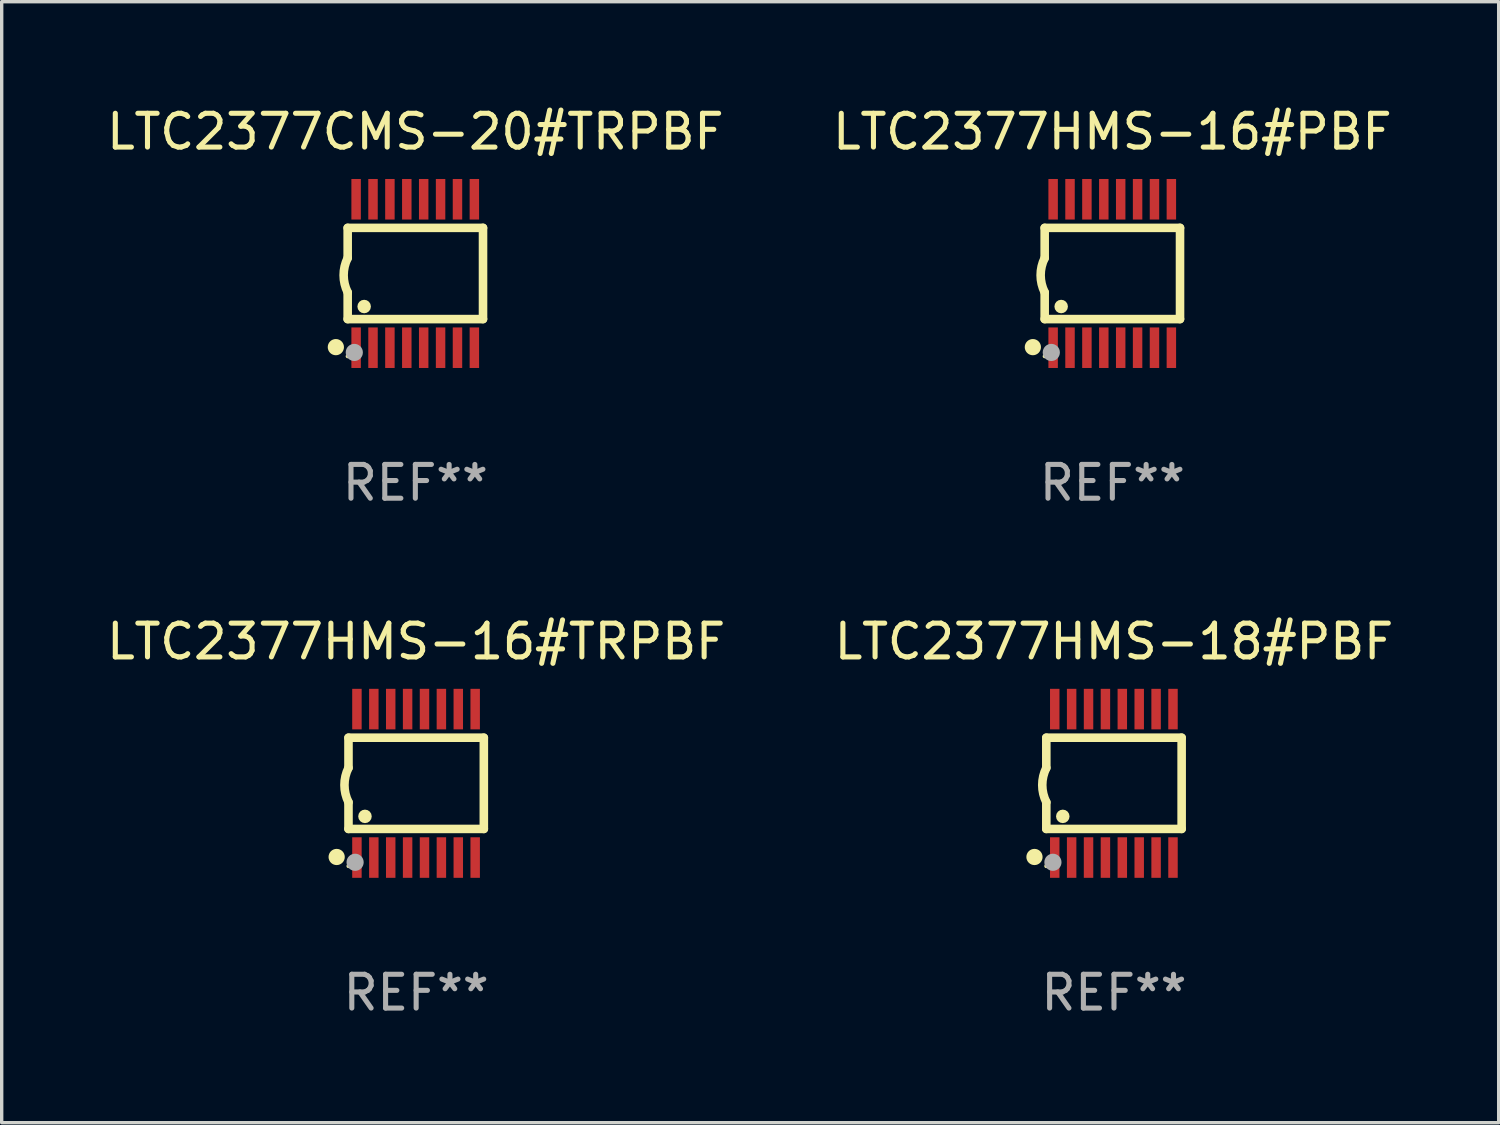
<source format=kicad_pcb>
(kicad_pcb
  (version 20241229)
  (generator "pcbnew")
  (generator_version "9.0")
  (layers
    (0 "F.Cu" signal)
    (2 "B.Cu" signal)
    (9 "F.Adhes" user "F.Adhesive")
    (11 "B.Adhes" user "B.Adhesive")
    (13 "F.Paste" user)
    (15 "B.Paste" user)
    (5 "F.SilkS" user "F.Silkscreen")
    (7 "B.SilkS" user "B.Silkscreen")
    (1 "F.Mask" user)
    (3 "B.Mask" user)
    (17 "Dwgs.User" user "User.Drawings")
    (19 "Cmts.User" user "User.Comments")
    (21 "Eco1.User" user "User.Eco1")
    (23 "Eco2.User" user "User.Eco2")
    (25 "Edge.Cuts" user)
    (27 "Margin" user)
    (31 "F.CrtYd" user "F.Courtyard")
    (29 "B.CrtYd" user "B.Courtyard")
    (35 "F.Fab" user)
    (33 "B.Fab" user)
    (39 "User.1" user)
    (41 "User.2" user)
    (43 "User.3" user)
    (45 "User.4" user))
  (footprint "LTC2377HMS-16#TRPBF"
    (layer "F.Cu")
    (at 9.268 20.136)
    (property "Reference" "LTC2377HMS-16#TRPBF" (at 0 -4.197 0) (layer "F.SilkS") (effects (font (size 1 1) (thickness 0.15))))
    (attr through_hole)
    (fp_line (start -2.003 -1.35) (end -2.003 -0.457) (stroke (width 0.254) (type solid)) (layer "F.SilkS"))
    (fp_line (start -2.003 -1.35) (end 2.003 -1.35) (stroke (width 0.254) (type solid)) (layer "F.SilkS"))
    (fp_line (start -2.003 1.35) (end -2.003 0.559) (stroke (width 0.254) (type solid)) (layer "F.SilkS"))
    (fp_line (start -2.003 1.35) (end 2.003 1.35) (stroke (width 0.254) (type solid)) (layer "F.SilkS"))
    (fp_line (start 2.003 -1.35) (end 2.003 1.35) (stroke (width 0.254) (type solid)) (layer "F.SilkS"))
    (fp_arc (start -2.002286 0.558802) (mid -2.122556 0.05092) (end -2.003302 -0.457201) (stroke (width 0.254001) (type solid)) (layer "F.SilkS"))
    (fp_circle (center -2.353 2.18) (end -2.233 2.18) (stroke (width 0.24) (type solid)) (fill no) (layer "F.SilkS"))
    (fp_circle (center -2.003 2.45) (end -1.973 2.45) (stroke (width 0.06) (type solid)) (fill no) (layer "F.SilkS"))
    (fp_circle (center -1.515 0.978) (end -1.415 0.978) (stroke (width 0.2) (type solid)) (fill no) (layer "F.SilkS"))
    (fp_circle (center -1.807 2.337) (end -1.68 2.337) (stroke (width 0.254) (type solid)) (fill no) (layer "F.Fab"))
    (fp_text user "REF**" (at 0 6.197 0) (layer "F.Fab") (effects (font (size 1 1) (thickness 0.15))))
    (pad "1" smd rect (at -1.753 2.197 90) (size 1.2 0.28) (layers "F.Cu" "F.Mask" "F.Paste"))
    (pad "2" smd rect (at -1.253 2.197 90) (size 1.2 0.28) (layers "F.Cu" "F.Mask" "F.Paste"))
    (pad "3" smd rect (at -0.753 2.197 90) (size 1.2 0.28) (layers "F.Cu" "F.Mask" "F.Paste"))
    (pad "4" smd rect (at -0.253 2.197 90) (size 1.2 0.28) (layers "F.Cu" "F.Mask" "F.Paste"))
    (pad "5" smd rect (at 0.247 2.197 90) (size 1.2 0.28) (layers "F.Cu" "F.Mask" "F.Paste"))
    (pad "6" smd rect (at 0.747 2.197 90) (size 1.2 0.28) (layers "F.Cu" "F.Mask" "F.Paste"))
    (pad "7" smd rect (at 1.247 2.197 90) (size 1.2 0.28) (layers "F.Cu" "F.Mask" "F.Paste"))
    (pad "8" smd rect (at 1.747 2.197 90) (size 1.2 0.28) (layers "F.Cu" "F.Mask" "F.Paste"))
    (pad "9" smd rect (at 1.747 -2.197 90) (size 1.2 0.28) (layers "F.Cu" "F.Mask" "F.Paste"))
    (pad "10" smd rect (at 1.247 -2.197 90) (size 1.2 0.28) (layers "F.Cu" "F.Mask" "F.Paste"))
    (pad "11" smd rect (at 0.747 -2.197 90) (size 1.2 0.28) (layers "F.Cu" "F.Mask" "F.Paste"))
    (pad "12" smd rect (at 0.247 -2.197 90) (size 1.2 0.28) (layers "F.Cu" "F.Mask" "F.Paste"))
    (pad "13" smd rect (at -0.253 -2.197 90) (size 1.2 0.28) (layers "F.Cu" "F.Mask" "F.Paste"))
    (pad "14" smd rect (at -0.753 -2.197 90) (size 1.2 0.28) (layers "F.Cu" "F.Mask" "F.Paste"))
    (pad "15" smd rect (at -1.253 -2.197 90) (size 1.2 0.28) (layers "F.Cu" "F.Mask" "F.Paste"))
    (pad "16" smd rect (at -1.753 -2.197 90) (size 1.2 0.28) (layers "F.Cu" "F.Mask" "F.Paste")))
  (footprint "LTC2377HMS-16#PBF"
    (layer "F.Cu")
    (at 29.875 5.045)
    (property "Reference" "LTC2377HMS-16#PBF" (at 0 -4.197 0) (layer "F.SilkS") (effects (font (size 1 1) (thickness 0.15))))
    (attr through_hole)
    (fp_line (start -2.003 -1.35) (end -2.003 -0.457) (stroke (width 0.254) (type solid)) (layer "F.SilkS"))
    (fp_line (start -2.003 -1.35) (end 2.003 -1.35) (stroke (width 0.254) (type solid)) (layer "F.SilkS"))
    (fp_line (start -2.003 1.35) (end -2.003 0.559) (stroke (width 0.254) (type solid)) (layer "F.SilkS"))
    (fp_line (start -2.003 1.35) (end 2.003 1.35) (stroke (width 0.254) (type solid)) (layer "F.SilkS"))
    (fp_line (start 2.003 -1.35) (end 2.003 1.35) (stroke (width 0.254) (type solid)) (layer "F.SilkS"))
    (fp_arc (start -2.002286 0.558802) (mid -2.122556 0.05092) (end -2.003302 -0.457201) (stroke (width 0.254001) (type solid)) (layer "F.SilkS"))
    (fp_circle (center -2.353 2.18) (end -2.233 2.18) (stroke (width 0.24) (type solid)) (fill no) (layer "F.SilkS"))
    (fp_circle (center -2.003 2.45) (end -1.973 2.45) (stroke (width 0.06) (type solid)) (fill no) (layer "F.SilkS"))
    (fp_circle (center -1.515 0.978) (end -1.415 0.978) (stroke (width 0.2) (type solid)) (fill no) (layer "F.SilkS"))
    (fp_circle (center -1.807 2.337) (end -1.68 2.337) (stroke (width 0.254) (type solid)) (fill no) (layer "F.Fab"))
    (fp_text user "REF**" (at 0 6.197 0) (layer "F.Fab") (effects (font (size 1 1) (thickness 0.15))))
    (pad "1" smd rect (at -1.753 2.197 90) (size 1.2 0.28) (layers "F.Cu" "F.Mask" "F.Paste"))
    (pad "2" smd rect (at -1.253 2.197 90) (size 1.2 0.28) (layers "F.Cu" "F.Mask" "F.Paste"))
    (pad "3" smd rect (at -0.753 2.197 90) (size 1.2 0.28) (layers "F.Cu" "F.Mask" "F.Paste"))
    (pad "4" smd rect (at -0.253 2.197 90) (size 1.2 0.28) (layers "F.Cu" "F.Mask" "F.Paste"))
    (pad "5" smd rect (at 0.247 2.197 90) (size 1.2 0.28) (layers "F.Cu" "F.Mask" "F.Paste"))
    (pad "6" smd rect (at 0.747 2.197 90) (size 1.2 0.28) (layers "F.Cu" "F.Mask" "F.Paste"))
    (pad "7" smd rect (at 1.247 2.197 90) (size 1.2 0.28) (layers "F.Cu" "F.Mask" "F.Paste"))
    (pad "8" smd rect (at 1.747 2.197 90) (size 1.2 0.28) (layers "F.Cu" "F.Mask" "F.Paste"))
    (pad "9" smd rect (at 1.747 -2.197 90) (size 1.2 0.28) (layers "F.Cu" "F.Mask" "F.Paste"))
    (pad "10" smd rect (at 1.247 -2.197 90) (size 1.2 0.28) (layers "F.Cu" "F.Mask" "F.Paste"))
    (pad "11" smd rect (at 0.747 -2.197 90) (size 1.2 0.28) (layers "F.Cu" "F.Mask" "F.Paste"))
    (pad "12" smd rect (at 0.247 -2.197 90) (size 1.2 0.28) (layers "F.Cu" "F.Mask" "F.Paste"))
    (pad "13" smd rect (at -0.253 -2.197 90) (size 1.2 0.28) (layers "F.Cu" "F.Mask" "F.Paste"))
    (pad "14" smd rect (at -0.753 -2.197 90) (size 1.2 0.28) (layers "F.Cu" "F.Mask" "F.Paste"))
    (pad "15" smd rect (at -1.253 -2.197 90) (size 1.2 0.28) (layers "F.Cu" "F.Mask" "F.Paste"))
    (pad "16" smd rect (at -1.753 -2.197 90) (size 1.2 0.28) (layers "F.Cu" "F.Mask" "F.Paste")))
  (footprint "LTC2377CMS-20#TRPBF"
    (layer "F.Cu")
    (at 9.244 5.045)
    (property "Reference" "LTC2377CMS-20#TRPBF" (at 0 -4.197 0) (layer "F.SilkS") (effects (font (size 1 1) (thickness 0.15))))
    (attr through_hole)
    (fp_line (start -2.003 -1.35) (end -2.003 -0.457) (stroke (width 0.254) (type solid)) (layer "F.SilkS"))
    (fp_line (start -2.003 -1.35) (end 2.003 -1.35) (stroke (width 0.254) (type solid)) (layer "F.SilkS"))
    (fp_line (start -2.003 1.35) (end -2.003 0.559) (stroke (width 0.254) (type solid)) (layer "F.SilkS"))
    (fp_line (start -2.003 1.35) (end 2.003 1.35) (stroke (width 0.254) (type solid)) (layer "F.SilkS"))
    (fp_line (start 2.003 -1.35) (end 2.003 1.35) (stroke (width 0.254) (type solid)) (layer "F.SilkS"))
    (fp_arc (start -2.002286 0.558802) (mid -2.122556 0.05092) (end -2.003302 -0.457201) (stroke (width 0.254001) (type solid)) (layer "F.SilkS"))
    (fp_circle (center -2.353 2.18) (end -2.233 2.18) (stroke (width 0.24) (type solid)) (fill no) (layer "F.SilkS"))
    (fp_circle (center -2.003 2.45) (end -1.973 2.45) (stroke (width 0.06) (type solid)) (fill no) (layer "F.SilkS"))
    (fp_circle (center -1.515 0.978) (end -1.415 0.978) (stroke (width 0.2) (type solid)) (fill no) (layer "F.SilkS"))
    (fp_circle (center -1.807 2.337) (end -1.68 2.337) (stroke (width 0.254) (type solid)) (fill no) (layer "F.Fab"))
    (fp_text user "REF**" (at 0 6.197 0) (layer "F.Fab") (effects (font (size 1 1) (thickness 0.15))))
    (pad "1" smd rect (at -1.753 2.197 90) (size 1.2 0.28) (layers "F.Cu" "F.Mask" "F.Paste"))
    (pad "2" smd rect (at -1.253 2.197 90) (size 1.2 0.28) (layers "F.Cu" "F.Mask" "F.Paste"))
    (pad "3" smd rect (at -0.753 2.197 90) (size 1.2 0.28) (layers "F.Cu" "F.Mask" "F.Paste"))
    (pad "4" smd rect (at -0.253 2.197 90) (size 1.2 0.28) (layers "F.Cu" "F.Mask" "F.Paste"))
    (pad "5" smd rect (at 0.247 2.197 90) (size 1.2 0.28) (layers "F.Cu" "F.Mask" "F.Paste"))
    (pad "6" smd rect (at 0.747 2.197 90) (size 1.2 0.28) (layers "F.Cu" "F.Mask" "F.Paste"))
    (pad "7" smd rect (at 1.247 2.197 90) (size 1.2 0.28) (layers "F.Cu" "F.Mask" "F.Paste"))
    (pad "8" smd rect (at 1.747 2.197 90) (size 1.2 0.28) (layers "F.Cu" "F.Mask" "F.Paste"))
    (pad "9" smd rect (at 1.747 -2.197 90) (size 1.2 0.28) (layers "F.Cu" "F.Mask" "F.Paste"))
    (pad "10" smd rect (at 1.247 -2.197 90) (size 1.2 0.28) (layers "F.Cu" "F.Mask" "F.Paste"))
    (pad "11" smd rect (at 0.747 -2.197 90) (size 1.2 0.28) (layers "F.Cu" "F.Mask" "F.Paste"))
    (pad "12" smd rect (at 0.247 -2.197 90) (size 1.2 0.28) (layers "F.Cu" "F.Mask" "F.Paste"))
    (pad "13" smd rect (at -0.253 -2.197 90) (size 1.2 0.28) (layers "F.Cu" "F.Mask" "F.Paste"))
    (pad "14" smd rect (at -0.753 -2.197 90) (size 1.2 0.28) (layers "F.Cu" "F.Mask" "F.Paste"))
    (pad "15" smd rect (at -1.253 -2.197 90) (size 1.2 0.28) (layers "F.Cu" "F.Mask" "F.Paste"))
    (pad "16" smd rect (at -1.753 -2.197 90) (size 1.2 0.28) (layers "F.Cu" "F.Mask" "F.Paste")))
  (footprint "LTC2377HMS-18#PBF"
    (layer "F.Cu")
    (at 29.923 20.136)
    (property "Reference" "LTC2377HMS-18#PBF" (at 0 -4.197 0) (layer "F.SilkS") (effects (font (size 1 1) (thickness 0.15))))
    (attr through_hole)
    (fp_line (start -2.003 -1.35) (end -2.003 -0.457) (stroke (width 0.254) (type solid)) (layer "F.SilkS"))
    (fp_line (start -2.003 -1.35) (end 2.003 -1.35) (stroke (width 0.254) (type solid)) (layer "F.SilkS"))
    (fp_line (start -2.003 1.35) (end -2.003 0.559) (stroke (width 0.254) (type solid)) (layer "F.SilkS"))
    (fp_line (start -2.003 1.35) (end 2.003 1.35) (stroke (width 0.254) (type solid)) (layer "F.SilkS"))
    (fp_line (start 2.003 -1.35) (end 2.003 1.35) (stroke (width 0.254) (type solid)) (layer "F.SilkS"))
    (fp_arc (start -2.002286 0.558802) (mid -2.122556 0.05092) (end -2.003302 -0.457201) (stroke (width 0.254001) (type solid)) (layer "F.SilkS"))
    (fp_circle (center -2.353 2.18) (end -2.233 2.18) (stroke (width 0.24) (type solid)) (fill no) (layer "F.SilkS"))
    (fp_circle (center -2.003 2.45) (end -1.973 2.45) (stroke (width 0.06) (type solid)) (fill no) (layer "F.SilkS"))
    (fp_circle (center -1.515 0.978) (end -1.415 0.978) (stroke (width 0.2) (type solid)) (fill no) (layer "F.SilkS"))
    (fp_circle (center -1.807 2.337) (end -1.68 2.337) (stroke (width 0.254) (type solid)) (fill no) (layer "F.Fab"))
    (fp_text user "REF**" (at 0 6.197 0) (layer "F.Fab") (effects (font (size 1 1) (thickness 0.15))))
    (pad "1" smd rect (at -1.753 2.197 90) (size 1.2 0.28) (layers "F.Cu" "F.Mask" "F.Paste"))
    (pad "2" smd rect (at -1.253 2.197 90) (size 1.2 0.28) (layers "F.Cu" "F.Mask" "F.Paste"))
    (pad "3" smd rect (at -0.753 2.197 90) (size 1.2 0.28) (layers "F.Cu" "F.Mask" "F.Paste"))
    (pad "4" smd rect (at -0.253 2.197 90) (size 1.2 0.28) (layers "F.Cu" "F.Mask" "F.Paste"))
    (pad "5" smd rect (at 0.247 2.197 90) (size 1.2 0.28) (layers "F.Cu" "F.Mask" "F.Paste"))
    (pad "6" smd rect (at 0.747 2.197 90) (size 1.2 0.28) (layers "F.Cu" "F.Mask" "F.Paste"))
    (pad "7" smd rect (at 1.247 2.197 90) (size 1.2 0.28) (layers "F.Cu" "F.Mask" "F.Paste"))
    (pad "8" smd rect (at 1.747 2.197 90) (size 1.2 0.28) (layers "F.Cu" "F.Mask" "F.Paste"))
    (pad "9" smd rect (at 1.747 -2.197 90) (size 1.2 0.28) (layers "F.Cu" "F.Mask" "F.Paste"))
    (pad "10" smd rect (at 1.247 -2.197 90) (size 1.2 0.28) (layers "F.Cu" "F.Mask" "F.Paste"))
    (pad "11" smd rect (at 0.747 -2.197 90) (size 1.2 0.28) (layers "F.Cu" "F.Mask" "F.Paste"))
    (pad "12" smd rect (at 0.247 -2.197 90) (size 1.2 0.28) (layers "F.Cu" "F.Mask" "F.Paste"))
    (pad "13" smd rect (at -0.253 -2.197 90) (size 1.2 0.28) (layers "F.Cu" "F.Mask" "F.Paste"))
    (pad "14" smd rect (at -0.753 -2.197 90) (size 1.2 0.28) (layers "F.Cu" "F.Mask" "F.Paste"))
    (pad "15" smd rect (at -1.253 -2.197 90) (size 1.2 0.28) (layers "F.Cu" "F.Mask" "F.Paste"))
    (pad "16" smd rect (at -1.753 -2.197 90) (size 1.2 0.28) (layers "F.Cu" "F.Mask" "F.Paste")))
  (gr_rect
    (start -3 -3)
    (end 41.31 30.181)
    (stroke (width 0.1) (type default))
    (fill no)
    (layer "Edge.Cuts")))
</source>
